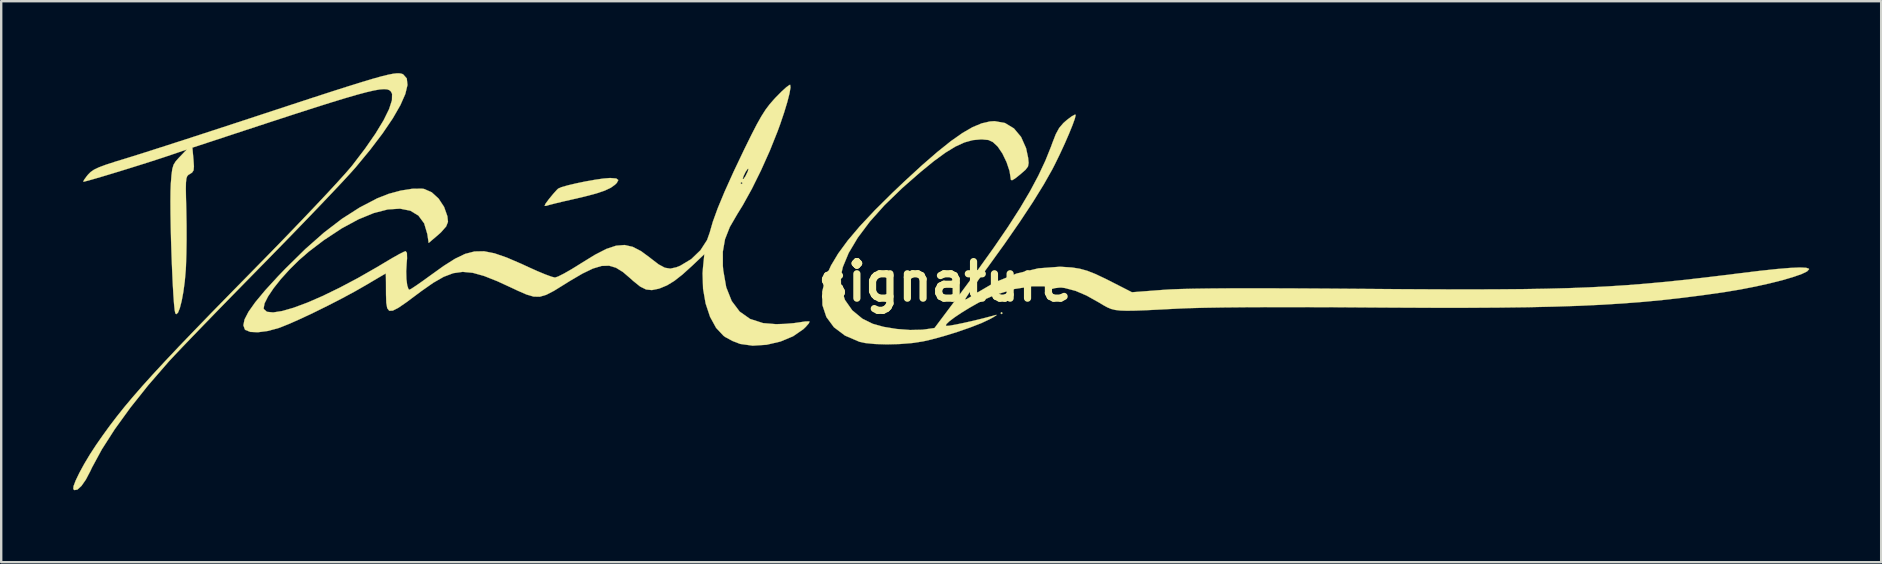
<source format=kicad_pcb>
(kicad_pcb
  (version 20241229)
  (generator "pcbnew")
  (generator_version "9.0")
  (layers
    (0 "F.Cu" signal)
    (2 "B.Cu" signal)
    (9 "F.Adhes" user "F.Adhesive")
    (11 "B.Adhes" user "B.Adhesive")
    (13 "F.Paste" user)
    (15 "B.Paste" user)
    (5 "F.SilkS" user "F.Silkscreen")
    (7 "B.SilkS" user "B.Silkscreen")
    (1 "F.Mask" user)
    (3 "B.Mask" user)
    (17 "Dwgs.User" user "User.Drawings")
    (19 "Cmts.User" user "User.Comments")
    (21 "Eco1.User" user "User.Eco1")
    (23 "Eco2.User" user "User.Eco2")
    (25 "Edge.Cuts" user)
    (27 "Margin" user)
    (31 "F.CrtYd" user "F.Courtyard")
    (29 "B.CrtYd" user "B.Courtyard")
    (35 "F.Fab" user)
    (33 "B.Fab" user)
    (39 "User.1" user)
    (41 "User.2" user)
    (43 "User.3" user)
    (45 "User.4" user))
  (footprint "signature"
    (layer "F.Cu")
    (at 36.363 8.687)
    (property "Reference" "signature" (at 0 0 0) (layer "F.SilkS") (effects (font (size 1.524 1.524) (thickness 0.3))))
    (attr through_hole)
    (fp_poly (pts (xy 2.371 1.312) (xy 2.328 1.355) (xy 2.286 1.312) (xy 2.328 1.27) (xy 2.371 1.312)) (stroke (width 0.01) (type solid)) (fill yes) (layer "F.SilkS"))
    (fp_poly (pts (xy -13.731 -4.299) (xy -13.643 -4.234) (xy -13.706 -4.114) (xy -13.783 -4.038) (xy -13.96 -3.911) (xy -14.211 -3.793) (xy -14.56 -3.675) (xy -15.033 -3.55) (xy -15.503 -3.44) (xy -15.904 -3.349) (xy -16.255 -3.265) (xy -16.516 -3.198) (xy -16.645 -3.16) (xy -16.715 -3.155) (xy -16.681 -3.242) (xy -16.538 -3.436) (xy -16.534 -3.441) (xy -16.355 -3.658) (xy -16.204 -3.825) (xy -16.151 -3.876) (xy -16.014 -3.937) (xy -15.751 -4.012) (xy -15.403 -4.094) (xy -15.014 -4.175) (xy -14.624 -4.244) (xy -14.276 -4.295) (xy -14.012 -4.317) (xy -13.978 -4.318) (xy -13.731 -4.299)) (stroke (width 0.01) (type solid)) (fill yes) (layer "F.SilkS"))
    (fp_poly (pts (xy -22.747 -8.679) (xy -22.659 -8.66) (xy -22.61 -8.638) (xy -22.46 -8.469) (xy -22.431 -8.194) (xy -22.521 -7.82) (xy -22.726 -7.356) (xy -23.041 -6.808) (xy -23.464 -6.184) (xy -23.99 -5.491) (xy -24.6 -4.753) (xy -24.814 -4.514) (xy -25.131 -4.17) (xy -25.539 -3.737) (xy -26.02 -3.231) (xy -26.562 -2.666) (xy -27.149 -2.059) (xy -27.766 -1.425) (xy -28.398 -0.779) (xy -28.543 -0.632) (xy -29.172 0.009) (xy -29.786 0.636) (xy -30.371 1.236) (xy -30.912 1.793) (xy -31.395 2.293) (xy -31.806 2.721) (xy -32.13 3.062) (xy -32.353 3.301) (xy -32.393 3.345) (xy -33.233 4.314) (xy -33.983 5.256) (xy -34.632 6.153) (xy -35.168 6.99) (xy -35.58 7.75) (xy -35.645 7.889) (xy -35.832 8.247) (xy -36.017 8.513) (xy -36.183 8.666) (xy -36.312 8.689) (xy -36.358 8.647) (xy -36.348 8.524) (xy -36.259 8.29) (xy -36.106 7.972) (xy -35.903 7.599) (xy -35.664 7.2) (xy -35.406 6.804) (xy -35.396 6.79) (xy -35.12 6.395) (xy -34.841 6.011) (xy -34.548 5.627) (xy -34.233 5.232) (xy -33.884 4.816) (xy -33.493 4.367) (xy -33.05 3.876) (xy -32.545 3.33) (xy -31.969 2.719) (xy -31.311 2.034) (xy -30.563 1.262) (xy -29.713 0.393) (xy -28.753 -0.584) (xy -28.709 -0.629) (xy -28.068 -1.283) (xy -27.442 -1.928) (xy -26.844 -2.551) (xy -26.289 -3.134) (xy -25.791 -3.663) (xy -25.365 -4.124) (xy -25.025 -4.5) (xy -24.784 -4.778) (xy -24.723 -4.853) (xy -24.194 -5.547) (xy -23.761 -6.173) (xy -23.427 -6.723) (xy -23.198 -7.188) (xy -23.078 -7.558) (xy -23.072 -7.824) (xy -23.122 -7.925) (xy -23.183 -7.978) (xy -23.273 -8.012) (xy -23.403 -8.023) (xy -23.583 -8.01) (xy -23.825 -7.968) (xy -24.14 -7.895) (xy -24.538 -7.789) (xy -25.032 -7.645) (xy -25.631 -7.462) (xy -26.347 -7.236) (xy -27.191 -6.964) (xy -28.174 -6.643) (xy -29.223 -6.299) (xy -31.395 -5.584) (xy -31.35 -5.087) (xy -31.331 -4.803) (xy -31.346 -4.638) (xy -31.408 -4.544) (xy -31.496 -4.488) (xy -31.565 -4.446) (xy -31.614 -4.389) (xy -31.646 -4.292) (xy -31.663 -4.13) (xy -31.668 -3.876) (xy -31.662 -3.507) (xy -31.649 -2.996) (xy -31.648 -2.934) (xy -31.638 -2.357) (xy -31.637 -1.747) (xy -31.646 -1.163) (xy -31.662 -0.663) (xy -31.671 -0.488) (xy -31.712 -0.015) (xy -31.771 0.424) (xy -31.841 0.804) (xy -31.918 1.103) (xy -31.995 1.295) (xy -32.067 1.357) (xy -32.105 1.323) (xy -32.132 1.196) (xy -32.16 0.925) (xy -32.188 0.535) (xy -32.215 0.054) (xy -32.24 -0.495) (xy -32.263 -1.086) (xy -32.283 -1.692) (xy -32.297 -2.288) (xy -32.307 -2.85) (xy -32.31 -3.35) (xy -32.306 -3.764) (xy -32.295 -4.064) (xy -32.266 -4.442) (xy -32.232 -4.696) (xy -32.179 -4.871) (xy -32.092 -5.012) (xy -31.956 -5.164) (xy -31.934 -5.187) (xy -31.629 -5.506) (xy -32.261 -5.291) (xy -32.649 -5.161) (xy -33.102 -5.014) (xy -33.594 -4.858) (xy -34.099 -4.7) (xy -34.591 -4.549) (xy -35.043 -4.412) (xy -35.43 -4.298) (xy -35.725 -4.214) (xy -35.902 -4.169) (xy -35.942 -4.164) (xy -35.911 -4.239) (xy -35.798 -4.393) (xy -35.744 -4.459) (xy -35.636 -4.568) (xy -35.496 -4.665) (xy -35.296 -4.761) (xy -35.008 -4.869) (xy -34.606 -5) (xy -34.205 -5.122) (xy -33.873 -5.225) (xy -33.4 -5.374) (xy -32.807 -5.564) (xy -32.114 -5.787) (xy -31.342 -6.037) (xy -30.51 -6.308) (xy -29.639 -6.593) (xy -28.749 -6.885) (xy -28.321 -7.026) (xy -27.248 -7.379) (xy -26.324 -7.682) (xy -25.537 -7.937) (xy -24.875 -8.148) (xy -24.326 -8.319) (xy -23.879 -8.453) (xy -23.521 -8.553) (xy -23.24 -8.622) (xy -23.026 -8.664) (xy -22.865 -8.682) (xy -22.747 -8.679)) (stroke (width 0.01) (type solid)) (fill yes) (layer "F.SilkS"))
    (fp_poly (pts (xy 5.419 -6.951) (xy 5.383 -6.794) (xy 5.284 -6.518) (xy 5.137 -6.157) (xy 4.956 -5.741) (xy 4.753 -5.303) (xy 4.544 -4.876) (xy 4.438 -4.67) (xy 4.088 -4.051) (xy 3.636 -3.32) (xy 3.09 -2.493) (xy 2.461 -1.585) (xy 1.759 -0.611) (xy 1.621 -0.423) (xy 1.344 -0.044) (xy 1.108 0.285) (xy 0.93 0.542) (xy 0.826 0.704) (xy 0.806 0.749) (xy 0.885 0.722) (xy 1.058 0.621) (xy 1.201 0.527) (xy 2.056 0.027) (xy 2.952 -0.336) (xy 3.864 -0.554) (xy 4.766 -0.621) (xy 5.271 -0.588) (xy 5.589 -0.537) (xy 5.895 -0.453) (xy 6.233 -0.32) (xy 6.653 -0.122) (xy 6.824 -0.036) (xy 7.763 0.443) (xy 9.06 0.344) (xy 9.386 0.324) (xy 9.803 0.308) (xy 10.322 0.296) (xy 10.951 0.287) (xy 11.697 0.281) (xy 12.571 0.279) (xy 13.579 0.28) (xy 14.732 0.284) (xy 16.036 0.292) (xy 17.477 0.303) (xy 19.065 0.315) (xy 20.5 0.322) (xy 21.798 0.325) (xy 22.975 0.321) (xy 24.046 0.312) (xy 25.028 0.296) (xy 25.937 0.272) (xy 26.788 0.24) (xy 27.598 0.199) (xy 28.383 0.148) (xy 29.159 0.087) (xy 29.941 0.015) (xy 30.746 -0.068) (xy 31.589 -0.164) (xy 32.488 -0.272) (xy 33.03 -0.34) (xy 33.91 -0.447) (xy 34.629 -0.524) (xy 35.19 -0.571) (xy 35.599 -0.589) (xy 35.859 -0.577) (xy 35.976 -0.538) (xy 35.983 -0.518) (xy 35.903 -0.428) (xy 35.677 -0.318) (xy 35.327 -0.195) (xy 34.875 -0.062) (xy 34.341 0.072) (xy 33.748 0.204) (xy 33.117 0.327) (xy 32.47 0.435) (xy 32.343 0.454) (xy 31.505 0.572) (xy 30.687 0.676) (xy 29.875 0.767) (xy 29.052 0.845) (xy 28.204 0.91) (xy 27.315 0.965) (xy 26.371 1.009) (xy 25.356 1.042) (xy 24.255 1.067) (xy 23.053 1.082) (xy 21.734 1.09) (xy 20.284 1.09) (xy 18.687 1.083) (xy 17.865 1.078) (xy 16.346 1.068) (xy 14.954 1.064) (xy 13.697 1.063) (xy 12.579 1.067) (xy 11.607 1.076) (xy 10.788 1.089) (xy 10.126 1.106) (xy 9.694 1.124) (xy 8.957 1.162) (xy 8.368 1.191) (xy 7.906 1.209) (xy 7.548 1.214) (xy 7.274 1.205) (xy 7.063 1.18) (xy 6.892 1.137) (xy 6.741 1.074) (xy 6.589 0.991) (xy 6.413 0.885) (xy 6.386 0.869) (xy 5.87 0.58) (xy 5.416 0.386) (xy 4.964 0.266) (xy 4.452 0.201) (xy 4.343 0.193) (xy 3.599 0.194) (xy 2.872 0.306) (xy 2.104 0.54) (xy 1.973 0.589) (xy 1.678 0.719) (xy 1.346 0.89) (xy 1.001 1.085) (xy 0.67 1.288) (xy 0.379 1.482) (xy 0.155 1.651) (xy 0.023 1.776) (xy 0.009 1.842) (xy 0.022 1.846) (xy 0.152 1.837) (xy 0.409 1.792) (xy 0.753 1.721) (xy 1.149 1.632) (xy 1.558 1.532) (xy 1.943 1.431) (xy 2.109 1.384) (xy 2.118 1.398) (xy 2.002 1.473) (xy 1.837 1.565) (xy 1.49 1.728) (xy 1.025 1.909) (xy 0.49 2.095) (xy -0.069 2.268) (xy -0.603 2.413) (xy -0.949 2.492) (xy -1.4 2.56) (xy -1.916 2.601) (xy -2.448 2.615) (xy -2.947 2.6) (xy -3.365 2.558) (xy -3.598 2.506) (xy -4.198 2.248) (xy -4.658 1.901) (xy -4.972 1.475) (xy -5.137 0.98) (xy -5.147 0.424) (xy -4.999 -0.183) (xy -4.99 -0.207) (xy -4.779 -0.672) (xy -4.481 -1.169) (xy -4.084 -1.71) (xy -3.581 -2.305) (xy -2.961 -2.966) (xy -2.216 -3.704) (xy -1.719 -4.176) (xy -0.982 -4.853) (xy -0.341 -5.409) (xy 0.215 -5.854) (xy 0.699 -6.194) (xy 1.123 -6.439) (xy 1.5 -6.596) (xy 1.843 -6.675) (xy 2.041 -6.688) (xy 2.472 -6.61) (xy 2.844 -6.385) (xy 3.142 -6.03) (xy 3.35 -5.562) (xy 3.435 -5.165) (xy 3.456 -4.947) (xy 3.43 -4.798) (xy 3.329 -4.663) (xy 3.125 -4.485) (xy 3.098 -4.462) (xy 2.882 -4.291) (xy 2.763 -4.223) (xy 2.715 -4.248) (xy 2.709 -4.304) (xy 2.661 -4.611) (xy 2.537 -4.979) (xy 2.365 -5.338) (xy 2.175 -5.618) (xy 2.154 -5.642) (xy 1.964 -5.818) (xy 1.783 -5.902) (xy 1.531 -5.926) (xy 1.458 -5.927) (xy 1.128 -5.897) (xy 0.784 -5.802) (xy 0.411 -5.632) (xy -0.009 -5.376) (xy -0.49 -5.025) (xy -1.049 -4.568) (xy -1.702 -3.997) (xy -1.824 -3.888) (xy -2.546 -3.19) (xy -3.164 -2.499) (xy -3.666 -1.829) (xy -4.044 -1.194) (xy -4.286 -0.61) (xy -4.369 -0.246) (xy -4.36 0.277) (xy -4.197 0.765) (xy -3.895 1.195) (xy -3.47 1.546) (xy -3.04 1.758) (xy -2.588 1.884) (xy -2.044 1.973) (xy -1.485 2.016) (xy -0.986 2.005) (xy -0.876 1.992) (xy -0.466 1.934) (xy 0.561 0.565) (xy 1.343 -0.491) (xy 2.02 -1.437) (xy 2.601 -2.287) (xy 3.096 -3.058) (xy 3.514 -3.764) (xy 3.864 -4.42) (xy 4.155 -5.041) (xy 4.397 -5.642) (xy 4.445 -5.777) (xy 4.589 -6.145) (xy 4.73 -6.404) (xy 4.903 -6.607) (xy 5.048 -6.735) (xy 5.246 -6.884) (xy 5.381 -6.958) (xy 5.419 -6.951)) (stroke (width 0.01) (type solid)) (fill yes) (layer "F.SilkS"))
    (fp_poly (pts (xy -6.468 -8.085) (xy -6.511 -7.838) (xy -6.601 -7.485) (xy -6.732 -7.053) (xy -6.896 -6.566) (xy -7.003 -6.273) (xy -7.327 -5.462) (xy -7.694 -4.643) (xy -8.079 -3.865) (xy -8.461 -3.176) (xy -8.678 -2.826) (xy -8.998 -2.275) (xy -9.197 -1.768) (xy -9.288 -1.248) (xy -9.287 -0.659) (xy -9.271 -0.472) (xy -9.146 0.236) (xy -8.918 0.809) (xy -8.587 1.248) (xy -8.152 1.555) (xy -7.611 1.729) (xy -7.07 1.773) (xy -6.699 1.761) (xy -6.335 1.731) (xy -6.096 1.697) (xy -5.86 1.661) (xy -5.703 1.656) (xy -5.673 1.665) (xy -5.705 1.741) (xy -5.832 1.886) (xy -5.935 1.985) (xy -6.359 2.277) (xy -6.887 2.497) (xy -7.467 2.632) (xy -8.043 2.669) (xy -8.563 2.597) (xy -8.567 2.596) (xy -8.882 2.475) (xy -9.184 2.311) (xy -9.258 2.259) (xy -9.568 1.928) (xy -9.82 1.468) (xy -10.005 0.913) (xy -10.112 0.297) (xy -10.132 -0.347) (xy -10.114 -0.593) (xy -10.058 -1.143) (xy -10.553 -0.674) (xy -10.969 -0.297) (xy -11.311 -0.029) (xy -11.613 0.155) (xy -11.909 0.278) (xy -11.965 0.296) (xy -12.245 0.353) (xy -12.487 0.328) (xy -12.734 0.205) (xy -13.028 -0.032) (xy -13.137 -0.131) (xy -13.452 -0.401) (xy -13.741 -0.579) (xy -14.03 -0.664) (xy -14.342 -0.654) (xy -14.703 -0.545) (xy -15.137 -0.336) (xy -15.669 -0.024) (xy -15.909 0.126) (xy -16.326 0.384) (xy -16.647 0.55) (xy -16.915 0.629) (xy -17.174 0.624) (xy -17.468 0.538) (xy -17.841 0.375) (xy -18.005 0.297) (xy -18.679 -0.014) (xy -19.238 -0.236) (xy -19.712 -0.368) (xy -20.13 -0.407) (xy -20.523 -0.352) (xy -20.921 -0.201) (xy -21.354 0.047) (xy -21.851 0.395) (xy -22.044 0.539) (xy -22.487 0.869) (xy -22.814 1.093) (xy -23.043 1.209) (xy -23.191 1.215) (xy -23.275 1.107) (xy -23.314 0.885) (xy -23.325 0.545) (xy -23.326 0.377) (xy -23.327 0.053) (xy -23.33 -0.195) (xy -23.335 -0.327) (xy -23.338 -0.339) (xy -23.41 -0.298) (xy -23.599 -0.188) (xy -23.872 -0.027) (xy -24.142 0.133) (xy -24.612 0.402) (xy -25.153 0.694) (xy -25.732 0.992) (xy -26.313 1.279) (xy -26.863 1.539) (xy -27.346 1.754) (xy -27.729 1.908) (xy -27.831 1.944) (xy -28.269 2.059) (xy -28.663 2.11) (xy -28.98 2.096) (xy -29.184 2.015) (xy -29.209 1.991) (xy -29.27 1.819) (xy -29.221 1.576) (xy -29.056 1.257) (xy -28.771 0.855) (xy -28.363 0.365) (xy -27.827 -0.22) (xy -27.519 -0.54) (xy -26.685 -1.36) (xy -25.906 -2.047) (xy -25.16 -2.618) (xy -24.424 -3.089) (xy -23.692 -3.471) (xy -23.215 -3.658) (xy -22.71 -3.794) (xy -22.231 -3.87) (xy -21.83 -3.875) (xy -21.742 -3.863) (xy -21.423 -3.725) (xy -21.134 -3.461) (xy -20.905 -3.114) (xy -20.768 -2.727) (xy -20.743 -2.492) (xy -20.819 -2.299) (xy -21.038 -2.051) (xy -21.145 -1.955) (xy -21.548 -1.611) (xy -21.603 -1.981) (xy -21.735 -2.427) (xy -21.975 -2.752) (xy -22.313 -2.956) (xy -22.741 -3.041) (xy -23.25 -3.009) (xy -23.831 -2.86) (xy -24.475 -2.596) (xy -25.172 -2.219) (xy -25.915 -1.729) (xy -26.539 -1.254) (xy -26.951 -0.897) (xy -27.345 -0.508) (xy -27.704 -0.111) (xy -28.009 0.272) (xy -28.242 0.619) (xy -28.387 0.906) (xy -28.425 1.111) (xy -28.417 1.144) (xy -28.287 1.258) (xy -28.029 1.284) (xy -27.655 1.226) (xy -27.178 1.089) (xy -26.61 0.878) (xy -25.965 0.598) (xy -25.256 0.253) (xy -24.494 -0.15) (xy -23.693 -0.608) (xy -23.386 -0.792) (xy -23.057 -0.987) (xy -22.778 -1.144) (xy -22.581 -1.243) (xy -22.506 -1.27) (xy -22.454 -1.196) (xy -22.448 -0.97) (xy -22.464 -0.777) (xy -22.484 -0.432) (xy -22.475 -0.109) (xy -22.442 0.153) (xy -22.389 0.311) (xy -22.35 0.339) (xy -22.26 0.291) (xy -22.064 0.162) (xy -21.791 -0.029) (xy -21.492 -0.245) (xy -20.925 -0.652) (xy -20.448 -0.954) (xy -20.03 -1.155) (xy -19.637 -1.257) (xy -19.238 -1.265) (xy -18.802 -1.179) (xy -18.295 -1.004) (xy -17.686 -0.742) (xy -17.392 -0.606) (xy -17.014 -0.436) (xy -16.679 -0.297) (xy -16.423 -0.204) (xy -16.283 -0.169) (xy -16.15 -0.214) (xy -15.91 -0.335) (xy -15.595 -0.515) (xy -15.238 -0.736) (xy -15.199 -0.761) (xy -14.621 -1.117) (xy -14.144 -1.362) (xy -13.739 -1.497) (xy -13.38 -1.526) (xy -13.041 -1.449) (xy -12.694 -1.269) (xy -12.314 -0.988) (xy -12.289 -0.967) (xy -11.962 -0.717) (xy -11.706 -0.579) (xy -11.477 -0.542) (xy -11.229 -0.596) (xy -11.059 -0.664) (xy -10.604 -0.938) (xy -10.22 -1.308) (xy -9.945 -1.733) (xy -9.836 -2.039) (xy -9.706 -2.492) (xy -9.499 -3.062) (xy -9.211 -3.755) (xy -9.052 -4.106) (xy -8.551 -4.106) (xy -8.509 -4.064) (xy -8.467 -4.106) (xy -8.509 -4.149) (xy -8.551 -4.106) (xy -9.052 -4.106) (xy -8.976 -4.276) (xy -8.461 -4.276) (xy -8.426 -4.277) (xy -8.343 -4.396) (xy -8.34 -4.403) (xy -8.251 -4.585) (xy -8.219 -4.699) (xy -8.253 -4.698) (xy -8.336 -4.578) (xy -8.34 -4.572) (xy -8.428 -4.39) (xy -8.461 -4.276) (xy -8.976 -4.276) (xy -8.839 -4.579) (xy -8.382 -5.539) (xy -8.366 -5.57) (xy -8.091 -6.128) (xy -7.868 -6.561) (xy -7.679 -6.896) (xy -7.508 -7.164) (xy -7.335 -7.393) (xy -7.144 -7.612) (xy -7.073 -7.687) (xy -6.833 -7.929) (xy -6.636 -8.107) (xy -6.509 -8.197) (xy -6.48 -8.201) (xy -6.468 -8.085)) (stroke (width 0.01) (type solid)) (fill yes) (layer "F.SilkS")))
  (gr_rect
    (start -3 -3)
    (end 75.351 20.381)
    (stroke (width 0.1) (type default))
    (fill no)
    (layer "Edge.Cuts")))
</source>
